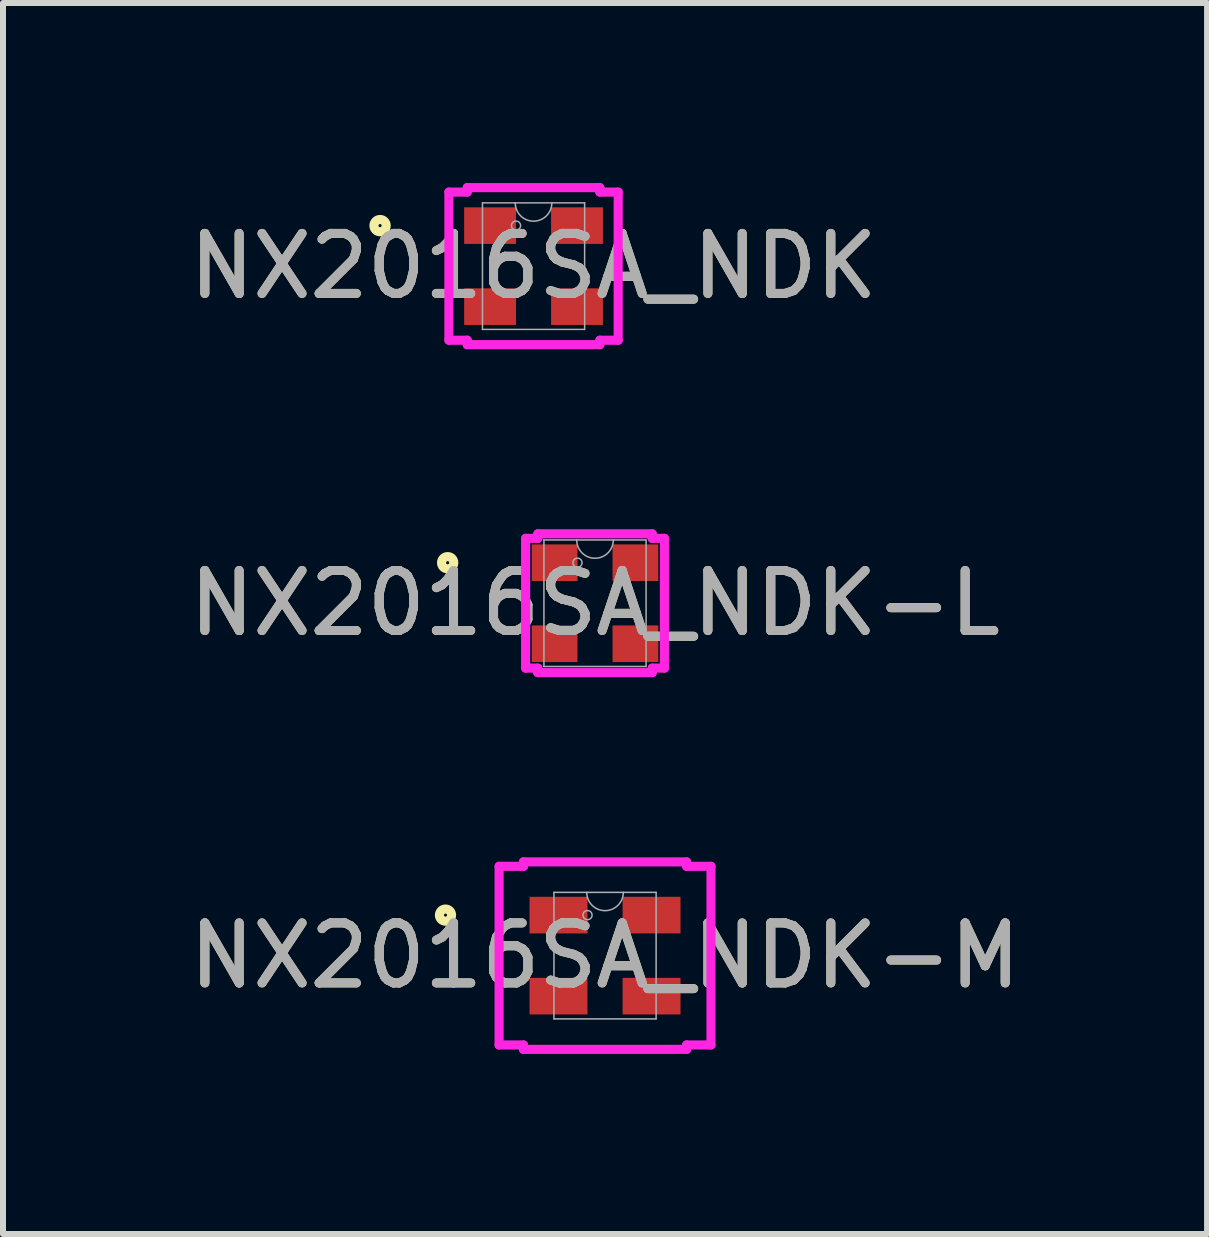
<source format=kicad_pcb>
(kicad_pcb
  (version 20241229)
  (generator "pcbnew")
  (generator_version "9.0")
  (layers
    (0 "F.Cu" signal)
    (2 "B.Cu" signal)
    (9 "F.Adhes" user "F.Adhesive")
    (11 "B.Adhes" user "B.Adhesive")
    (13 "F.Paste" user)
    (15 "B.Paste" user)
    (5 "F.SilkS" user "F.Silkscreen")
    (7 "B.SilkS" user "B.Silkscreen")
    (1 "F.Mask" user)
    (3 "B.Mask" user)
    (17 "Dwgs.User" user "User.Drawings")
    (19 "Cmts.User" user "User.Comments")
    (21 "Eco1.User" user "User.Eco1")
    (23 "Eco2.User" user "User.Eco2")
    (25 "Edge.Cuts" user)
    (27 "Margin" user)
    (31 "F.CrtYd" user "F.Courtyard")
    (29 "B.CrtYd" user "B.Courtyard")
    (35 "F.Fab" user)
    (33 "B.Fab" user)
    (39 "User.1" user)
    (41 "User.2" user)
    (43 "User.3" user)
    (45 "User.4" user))
  (footprint "NX2016SA_NDK"
    (layer "F.Cu")
    (at 5.839 1.384)
    (property "Reference" "NX2016SA_NDK" (at 0 0 0) (unlocked yes) (layer "F.SilkS") (effects (font (size 1 1) (thickness 0.15))))
    (attr smd)
    (fp_circle (center -2.557 -0.675) (end -2.455 -0.675) (stroke (width 0.152) (type solid)) (fill no) (layer "F.SilkS"))
    (fp_line (start -1.41 -1.234) (end -1.105 -1.234) (stroke (width 0.152) (type solid)) (layer "F.CrtYd"))
    (fp_line (start -1.41 1.234) (end -1.41 -1.234) (stroke (width 0.152) (type solid)) (layer "F.CrtYd"))
    (fp_line (start -1.41 1.234) (end -1.105 1.234) (stroke (width 0.152) (type solid)) (layer "F.CrtYd"))
    (fp_line (start -1.105 -1.308) (end 1.105 -1.308) (stroke (width 0.152) (type solid)) (layer "F.CrtYd"))
    (fp_line (start -1.105 -1.234) (end -1.105 -1.308) (stroke (width 0.152) (type solid)) (layer "F.CrtYd"))
    (fp_line (start -1.105 1.308) (end -1.105 1.234) (stroke (width 0.152) (type solid)) (layer "F.CrtYd"))
    (fp_line (start 1.105 -1.308) (end 1.105 -1.234) (stroke (width 0.152) (type solid)) (layer "F.CrtYd"))
    (fp_line (start 1.105 1.234) (end 1.105 1.308) (stroke (width 0.152) (type solid)) (layer "F.CrtYd"))
    (fp_line (start 1.105 1.308) (end -1.105 1.308) (stroke (width 0.152) (type solid)) (layer "F.CrtYd"))
    (fp_line (start 1.41 -1.234) (end 1.105 -1.234) (stroke (width 0.152) (type solid)) (layer "F.CrtYd"))
    (fp_line (start 1.41 -1.234) (end 1.41 1.234) (stroke (width 0.152) (type solid)) (layer "F.CrtYd"))
    (fp_line (start 1.41 1.234) (end 1.105 1.234) (stroke (width 0.152) (type solid)) (layer "F.CrtYd"))
    (fp_line (start -0.851 -1.054) (end -0.851 1.054) (stroke (width 0.025) (type solid)) (layer "F.Fab"))
    (fp_line (start -0.851 1.054) (end 0.851 1.054) (stroke (width 0.025) (type solid)) (layer "F.Fab"))
    (fp_line (start 0.851 -1.054) (end -0.851 -1.054) (stroke (width 0.025) (type solid)) (layer "F.Fab"))
    (fp_line (start 0.851 1.054) (end 0.851 -1.054) (stroke (width 0.025) (type solid)) (layer "F.Fab"))
    (fp_arc (start 0.3048 -1.0541) (mid 0 -0.7493) (end -0.3048 -1.0541) (stroke (width 0.0254) (type solid)) (layer "F.Fab"))
    (fp_circle (center -0.292 -0.675) (end -0.216 -0.675) (stroke (width 0.025) (type solid)) (fill no) (layer "F.Fab"))
    (fp_text user "${REFERENCE}" (at 0 0 0) (unlocked yes) (layer "F.Fab") (effects (font (size 1 1) (thickness 0.15))))
    (pad "1" smd rect (at -0.724 -0.675) (size 0.864 0.61) (layers "F.Cu" "F.Mask" "F.Paste"))
    (pad "2" smd rect (at -0.724 0.675) (size 0.864 0.61) (layers "F.Cu" "F.Mask" "F.Paste"))
    (pad "3" smd rect (at 0.724 0.675) (size 0.864 0.61) (layers "F.Cu" "F.Mask" "F.Paste"))
    (pad "4" smd rect (at 0.724 -0.675) (size 0.864 0.61) (layers "F.Cu" "F.Mask" "F.Paste")))
  (footprint "NX2016SA_NDK-L"
    (layer "F.Cu")
    (at 6.863 7)
    (property "Reference" "NX2016SA_NDK-L" (at 0 0 0) (unlocked yes) (layer "F.SilkS") (effects (font (size 1 1) (thickness 0.15))))
    (attr smd)
    (fp_circle (center -2.455 -0.675) (end -2.353 -0.675) (stroke (width 0.152) (type solid)) (fill no) (layer "F.SilkS"))
    (fp_line (start -1.156 -1.081) (end -0.953 -1.081) (stroke (width 0.152) (type solid)) (layer "F.CrtYd"))
    (fp_line (start -1.156 1.081) (end -1.156 -1.081) (stroke (width 0.152) (type solid)) (layer "F.CrtYd"))
    (fp_line (start -1.156 1.081) (end -0.953 1.081) (stroke (width 0.152) (type solid)) (layer "F.CrtYd"))
    (fp_line (start -0.953 -1.156) (end 0.953 -1.156) (stroke (width 0.152) (type solid)) (layer "F.CrtYd"))
    (fp_line (start -0.953 -1.081) (end -0.953 -1.156) (stroke (width 0.152) (type solid)) (layer "F.CrtYd"))
    (fp_line (start -0.953 1.156) (end -0.953 1.081) (stroke (width 0.152) (type solid)) (layer "F.CrtYd"))
    (fp_line (start 0.953 -1.156) (end 0.953 -1.081) (stroke (width 0.152) (type solid)) (layer "F.CrtYd"))
    (fp_line (start 0.953 1.081) (end 0.953 1.156) (stroke (width 0.152) (type solid)) (layer "F.CrtYd"))
    (fp_line (start 0.953 1.156) (end -0.953 1.156) (stroke (width 0.152) (type solid)) (layer "F.CrtYd"))
    (fp_line (start 1.156 -1.081) (end 0.953 -1.081) (stroke (width 0.152) (type solid)) (layer "F.CrtYd"))
    (fp_line (start 1.156 -1.081) (end 1.156 1.081) (stroke (width 0.152) (type solid)) (layer "F.CrtYd"))
    (fp_line (start 1.156 1.081) (end 0.953 1.081) (stroke (width 0.152) (type solid)) (layer "F.CrtYd"))
    (fp_line (start -0.851 -1.054) (end -0.851 1.054) (stroke (width 0.025) (type solid)) (layer "F.Fab"))
    (fp_line (start -0.851 1.054) (end 0.851 1.054) (stroke (width 0.025) (type solid)) (layer "F.Fab"))
    (fp_line (start 0.851 -1.054) (end -0.851 -1.054) (stroke (width 0.025) (type solid)) (layer "F.Fab"))
    (fp_line (start 0.851 1.054) (end 0.851 -1.054) (stroke (width 0.025) (type solid)) (layer "F.Fab"))
    (fp_arc (start 0.3048 -1.0541) (mid 0 -0.7493) (end -0.3048 -1.0541) (stroke (width 0.0254) (type solid)) (layer "F.Fab"))
    (fp_circle (center -0.292 -0.675) (end -0.216 -0.675) (stroke (width 0.025) (type solid)) (fill no) (layer "F.Fab"))
    (fp_text user "${REFERENCE}" (at 0 0 0) (unlocked yes) (layer "F.Fab") (effects (font (size 1 1) (thickness 0.15))))
    (pad "1" smd rect (at -0.673 -0.675) (size 0.762 0.61) (layers "F.Cu" "F.Mask" "F.Paste"))
    (pad "2" smd rect (at -0.673 0.675) (size 0.762 0.61) (layers "F.Cu" "F.Mask" "F.Paste"))
    (pad "3" smd rect (at 0.673 0.675) (size 0.762 0.61) (layers "F.Cu" "F.Mask" "F.Paste"))
    (pad "4" smd rect (at 0.673 -0.675) (size 0.762 0.61) (layers "F.Cu" "F.Mask" "F.Paste")))
  (footprint "NX2016SA_NDK-M"
    (layer "F.Cu")
    (at 7.03 12.871)
    (property "Reference" "NX2016SA_NDK-M" (at 0 0 0) (unlocked yes) (layer "F.SilkS") (effects (font (size 1 1) (thickness 0.15))))
    (attr smd)
    (fp_circle (center -2.658 -0.675) (end -2.557 -0.675) (stroke (width 0.152) (type solid)) (fill no) (layer "F.SilkS"))
    (fp_line (start -1.765 -1.488) (end -1.359 -1.488) (stroke (width 0.152) (type solid)) (layer "F.CrtYd"))
    (fp_line (start -1.765 1.488) (end -1.765 -1.488) (stroke (width 0.152) (type solid)) (layer "F.CrtYd"))
    (fp_line (start -1.765 1.488) (end -1.359 1.488) (stroke (width 0.152) (type solid)) (layer "F.CrtYd"))
    (fp_line (start -1.359 -1.562) (end 1.359 -1.562) (stroke (width 0.152) (type solid)) (layer "F.CrtYd"))
    (fp_line (start -1.359 -1.488) (end -1.359 -1.562) (stroke (width 0.152) (type solid)) (layer "F.CrtYd"))
    (fp_line (start -1.359 1.562) (end -1.359 1.488) (stroke (width 0.152) (type solid)) (layer "F.CrtYd"))
    (fp_line (start 1.359 -1.562) (end 1.359 -1.488) (stroke (width 0.152) (type solid)) (layer "F.CrtYd"))
    (fp_line (start 1.359 1.488) (end 1.359 1.562) (stroke (width 0.152) (type solid)) (layer "F.CrtYd"))
    (fp_line (start 1.359 1.562) (end -1.359 1.562) (stroke (width 0.152) (type solid)) (layer "F.CrtYd"))
    (fp_line (start 1.765 -1.488) (end 1.359 -1.488) (stroke (width 0.152) (type solid)) (layer "F.CrtYd"))
    (fp_line (start 1.765 -1.488) (end 1.765 1.488) (stroke (width 0.152) (type solid)) (layer "F.CrtYd"))
    (fp_line (start 1.765 1.488) (end 1.359 1.488) (stroke (width 0.152) (type solid)) (layer "F.CrtYd"))
    (fp_line (start -0.851 -1.054) (end -0.851 1.054) (stroke (width 0.025) (type solid)) (layer "F.Fab"))
    (fp_line (start -0.851 1.054) (end 0.851 1.054) (stroke (width 0.025) (type solid)) (layer "F.Fab"))
    (fp_line (start 0.851 -1.054) (end -0.851 -1.054) (stroke (width 0.025) (type solid)) (layer "F.Fab"))
    (fp_line (start 0.851 1.054) (end 0.851 -1.054) (stroke (width 0.025) (type solid)) (layer "F.Fab"))
    (fp_arc (start 0.3048 -1.0541) (mid 0 -0.7493) (end -0.3048 -1.0541) (stroke (width 0.0254) (type solid)) (layer "F.Fab"))
    (fp_circle (center -0.292 -0.675) (end -0.216 -0.675) (stroke (width 0.025) (type solid)) (fill no) (layer "F.Fab"))
    (fp_text user "${REFERENCE}" (at 0 0 0) (unlocked yes) (layer "F.Fab") (effects (font (size 1 1) (thickness 0.15))))
    (pad "1" smd rect (at -0.775 -0.675) (size 0.965 0.61) (layers "F.Cu" "F.Mask" "F.Paste"))
    (pad "2" smd rect (at -0.775 0.675) (size 0.965 0.61) (layers "F.Cu" "F.Mask" "F.Paste"))
    (pad "3" smd rect (at 0.775 0.675) (size 0.965 0.61) (layers "F.Cu" "F.Mask" "F.Paste"))
    (pad "4" smd rect (at 0.775 -0.675) (size 0.965 0.61) (layers "F.Cu" "F.Mask" "F.Paste")))
  (gr_rect
    (start -3 -3)
    (end 17.06 17.509)
    (stroke (width 0.1) (type default))
    (fill no)
    (layer "Edge.Cuts")))
</source>
